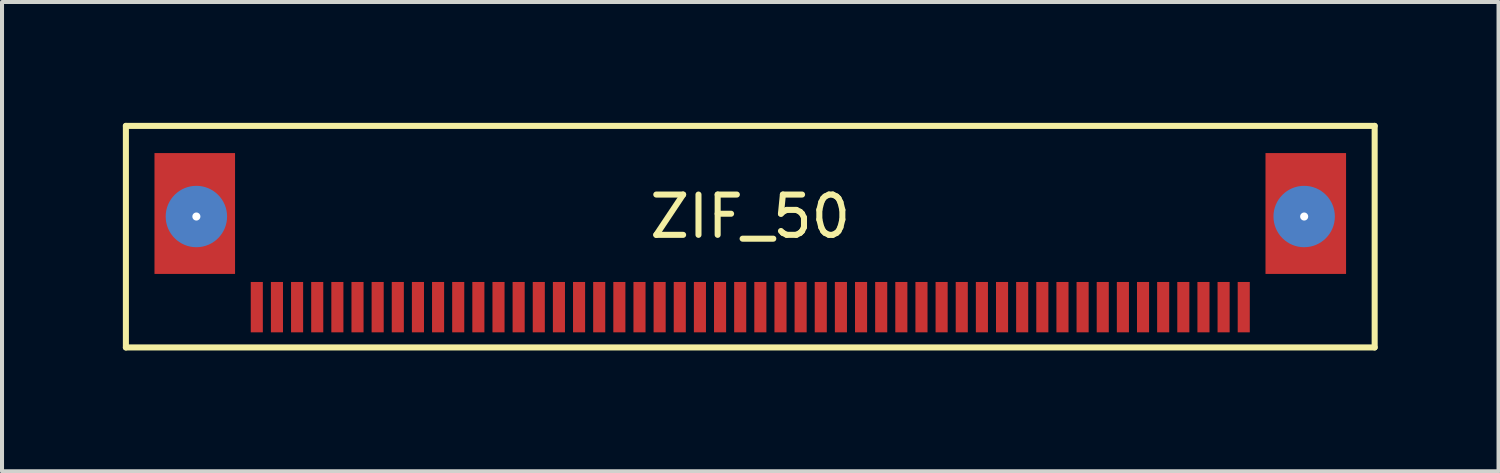
<source format=kicad_pcb>
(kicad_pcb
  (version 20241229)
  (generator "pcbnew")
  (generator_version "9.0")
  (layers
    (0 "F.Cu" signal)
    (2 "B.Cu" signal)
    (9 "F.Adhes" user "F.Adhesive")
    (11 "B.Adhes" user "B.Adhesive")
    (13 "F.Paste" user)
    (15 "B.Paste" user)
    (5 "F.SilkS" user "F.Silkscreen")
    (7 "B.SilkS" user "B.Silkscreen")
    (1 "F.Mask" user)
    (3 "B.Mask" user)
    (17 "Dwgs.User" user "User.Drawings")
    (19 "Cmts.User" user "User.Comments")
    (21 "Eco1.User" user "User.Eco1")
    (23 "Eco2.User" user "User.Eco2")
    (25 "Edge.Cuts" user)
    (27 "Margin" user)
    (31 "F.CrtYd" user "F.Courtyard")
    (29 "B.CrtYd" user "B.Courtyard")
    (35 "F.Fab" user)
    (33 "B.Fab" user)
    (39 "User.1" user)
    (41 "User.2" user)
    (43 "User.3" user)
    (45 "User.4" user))
  (footprint "ZIF_50"
    (layer "F.Cu")
    (at 15.575 4.575)
    (property "Reference" "ZIF_50" (at 0 -2.25 0) (layer "F.SilkS") (effects (font (size 1 1) (thickness 0.15))))
    (attr through_hole)
    (fp_line (start -15.5 -4.5) (end -15.5 1) (stroke (width 0.15) (type solid)) (layer "F.SilkS"))
    (fp_line (start -15.5 1) (end 15.5 1) (stroke (width 0.15) (type solid)) (layer "F.SilkS"))
    (fp_line (start 15.5 -4.5) (end -15.5 -4.5) (stroke (width 0.15) (type solid)) (layer "F.SilkS"))
    (fp_line (start 15.5 1) (end 15.5 -4.5) (stroke (width 0.15) (type solid)) (layer "F.SilkS"))
    (pad "1" smd rect (at -12.25 0) (size 0.3 1.25) (layers "F.Cu" "F.Mask" "F.Paste"))
    (pad "2" smd rect (at -11.75 0) (size 0.3 1.25) (layers "F.Cu" "F.Mask" "F.Paste"))
    (pad "3" smd rect (at -11.25 0) (size 0.3 1.25) (layers "F.Cu" "F.Mask" "F.Paste"))
    (pad "4" smd rect (at -10.75 0) (size 0.3 1.25) (layers "F.Cu" "F.Mask" "F.Paste"))
    (pad "5" smd rect (at -10.25 0) (size 0.3 1.25) (layers "F.Cu" "F.Mask" "F.Paste"))
    (pad "6" smd rect (at -9.75 0) (size 0.3 1.25) (layers "F.Cu" "F.Mask" "F.Paste"))
    (pad "7" smd rect (at -9.25 0) (size 0.3 1.25) (layers "F.Cu" "F.Mask" "F.Paste"))
    (pad "8" smd rect (at -8.75 0) (size 0.3 1.25) (layers "F.Cu" "F.Mask" "F.Paste"))
    (pad "9" smd rect (at -8.25 0) (size 0.3 1.25) (layers "F.Cu" "F.Mask" "F.Paste"))
    (pad "10" smd rect (at -7.75 0) (size 0.3 1.25) (layers "F.Cu" "F.Mask" "F.Paste"))
    (pad "11" smd rect (at -7.25 0) (size 0.3 1.25) (layers "F.Cu" "F.Mask" "F.Paste"))
    (pad "12" smd rect (at -6.75 0) (size 0.3 1.25) (layers "F.Cu" "F.Mask" "F.Paste"))
    (pad "13" smd rect (at -6.25 0) (size 0.3 1.25) (layers "F.Cu" "F.Mask" "F.Paste"))
    (pad "14" smd rect (at -5.75 0) (size 0.3 1.25) (layers "F.Cu" "F.Mask" "F.Paste"))
    (pad "15" smd rect (at -5.25 0) (size 0.3 1.25) (layers "F.Cu" "F.Mask" "F.Paste"))
    (pad "16" smd rect (at -4.75 0) (size 0.3 1.25) (layers "F.Cu" "F.Mask" "F.Paste"))
    (pad "17" smd rect (at -4.25 0) (size 0.3 1.25) (layers "F.Cu" "F.Mask" "F.Paste"))
    (pad "18" smd rect (at -3.75 0) (size 0.3 1.25) (layers "F.Cu" "F.Mask" "F.Paste"))
    (pad "19" smd rect (at -3.25 0) (size 0.3 1.25) (layers "F.Cu" "F.Mask" "F.Paste"))
    (pad "20" smd rect (at -2.75 0) (size 0.3 1.25) (layers "F.Cu" "F.Mask" "F.Paste"))
    (pad "21" smd rect (at -2.25 0) (size 0.3 1.25) (layers "F.Cu" "F.Mask" "F.Paste"))
    (pad "22" smd rect (at -1.75 0) (size 0.3 1.25) (layers "F.Cu" "F.Mask" "F.Paste"))
    (pad "23" smd rect (at -1.25 0) (size 0.3 1.25) (layers "F.Cu" "F.Mask" "F.Paste"))
    (pad "24" smd rect (at -0.75 0) (size 0.3 1.25) (layers "F.Cu" "F.Mask" "F.Paste"))
    (pad "25" smd rect (at -0.25 0) (size 0.3 1.25) (layers "F.Cu" "F.Mask" "F.Paste"))
    (pad "26" smd rect (at 0.25 0) (size 0.3 1.25) (layers "F.Cu" "F.Mask" "F.Paste"))
    (pad "27" smd rect (at 0.75 0) (size 0.3 1.25) (layers "F.Cu" "F.Mask" "F.Paste"))
    (pad "28" smd rect (at 1.25 0) (size 0.3 1.25) (layers "F.Cu" "F.Mask" "F.Paste"))
    (pad "29" smd rect (at 1.75 0) (size 0.3 1.25) (layers "F.Cu" "F.Mask" "F.Paste"))
    (pad "30" smd rect (at 2.25 0) (size 0.3 1.25) (layers "F.Cu" "F.Mask" "F.Paste"))
    (pad "31" smd rect (at 2.75 0) (size 0.3 1.25) (layers "F.Cu" "F.Mask" "F.Paste"))
    (pad "32" smd rect (at 3.25 0) (size 0.3 1.25) (layers "F.Cu" "F.Mask" "F.Paste"))
    (pad "33" smd rect (at 3.75 0) (size 0.3 1.25) (layers "F.Cu" "F.Mask" "F.Paste"))
    (pad "34" smd rect (at 4.25 0) (size 0.3 1.25) (layers "F.Cu" "F.Mask" "F.Paste"))
    (pad "35" smd rect (at 4.75 0) (size 0.3 1.25) (layers "F.Cu" "F.Mask" "F.Paste"))
    (pad "36" smd rect (at 5.25 0) (size 0.3 1.25) (layers "F.Cu" "F.Mask" "F.Paste"))
    (pad "37" smd rect (at 5.75 0) (size 0.3 1.25) (layers "F.Cu" "F.Mask" "F.Paste"))
    (pad "38" smd rect (at 6.25 0) (size 0.3 1.25) (layers "F.Cu" "F.Mask" "F.Paste"))
    (pad "39" smd rect (at 6.75 0) (size 0.3 1.25) (layers "F.Cu" "F.Mask" "F.Paste"))
    (pad "40" smd rect (at 7.25 0) (size 0.3 1.25) (layers "F.Cu" "F.Mask" "F.Paste"))
    (pad "41" smd rect (at 7.75 0) (size 0.3 1.25) (layers "F.Cu" "F.Mask" "F.Paste"))
    (pad "42" smd rect (at 8.25 0) (size 0.3 1.25) (layers "F.Cu" "F.Mask" "F.Paste"))
    (pad "43" smd rect (at 8.75 0) (size 0.3 1.25) (layers "F.Cu" "F.Mask" "F.Paste"))
    (pad "44" smd rect (at 9.25 0) (size 0.3 1.25) (layers "F.Cu" "F.Mask" "F.Paste"))
    (pad "45" smd rect (at 9.75 0) (size 0.3 1.25) (layers "F.Cu" "F.Mask" "F.Paste"))
    (pad "46" smd rect (at 10.25 0) (size 0.3 1.25) (layers "F.Cu" "F.Mask" "F.Paste"))
    (pad "47" smd rect (at 10.75 0) (size 0.3 1.25) (layers "F.Cu" "F.Mask" "F.Paste"))
    (pad "48" smd rect (at 11.25 0) (size 0.3 1.25) (layers "F.Cu" "F.Mask" "F.Paste"))
    (pad "49" smd rect (at 11.75 0) (size 0.3 1.25) (layers "F.Cu" "F.Mask" "F.Paste"))
    (pad "50" smd rect (at 12.25 0) (size 0.3 1.25) (layers "F.Cu" "F.Mask" "F.Paste"))
    (pad "G1" smd rect (at -13.79 -2.325) (size 2 3) (layers "F.Cu" "F.Mask" "F.Paste"))
    (pad "G1" thru_hole circle (at -13.75 -2.25) (size 1.524 1.524) (drill 0.2) (layers "*.Cu" "*.Mask"))
    (pad "G2" thru_hole circle (at 13.75 -2.25) (size 1.524 1.524) (drill 0.2) (layers "*.Cu" "*.Mask"))
    (pad "G2" smd rect (at 13.79 -2.325) (size 2 3) (layers "F.Cu" "F.Mask" "F.Paste")))
  (gr_rect
    (start -3 -3)
    (end 34.15 8.65)
    (stroke (width 0.1) (type default))
    (fill no)
    (layer "Edge.Cuts")))
</source>
